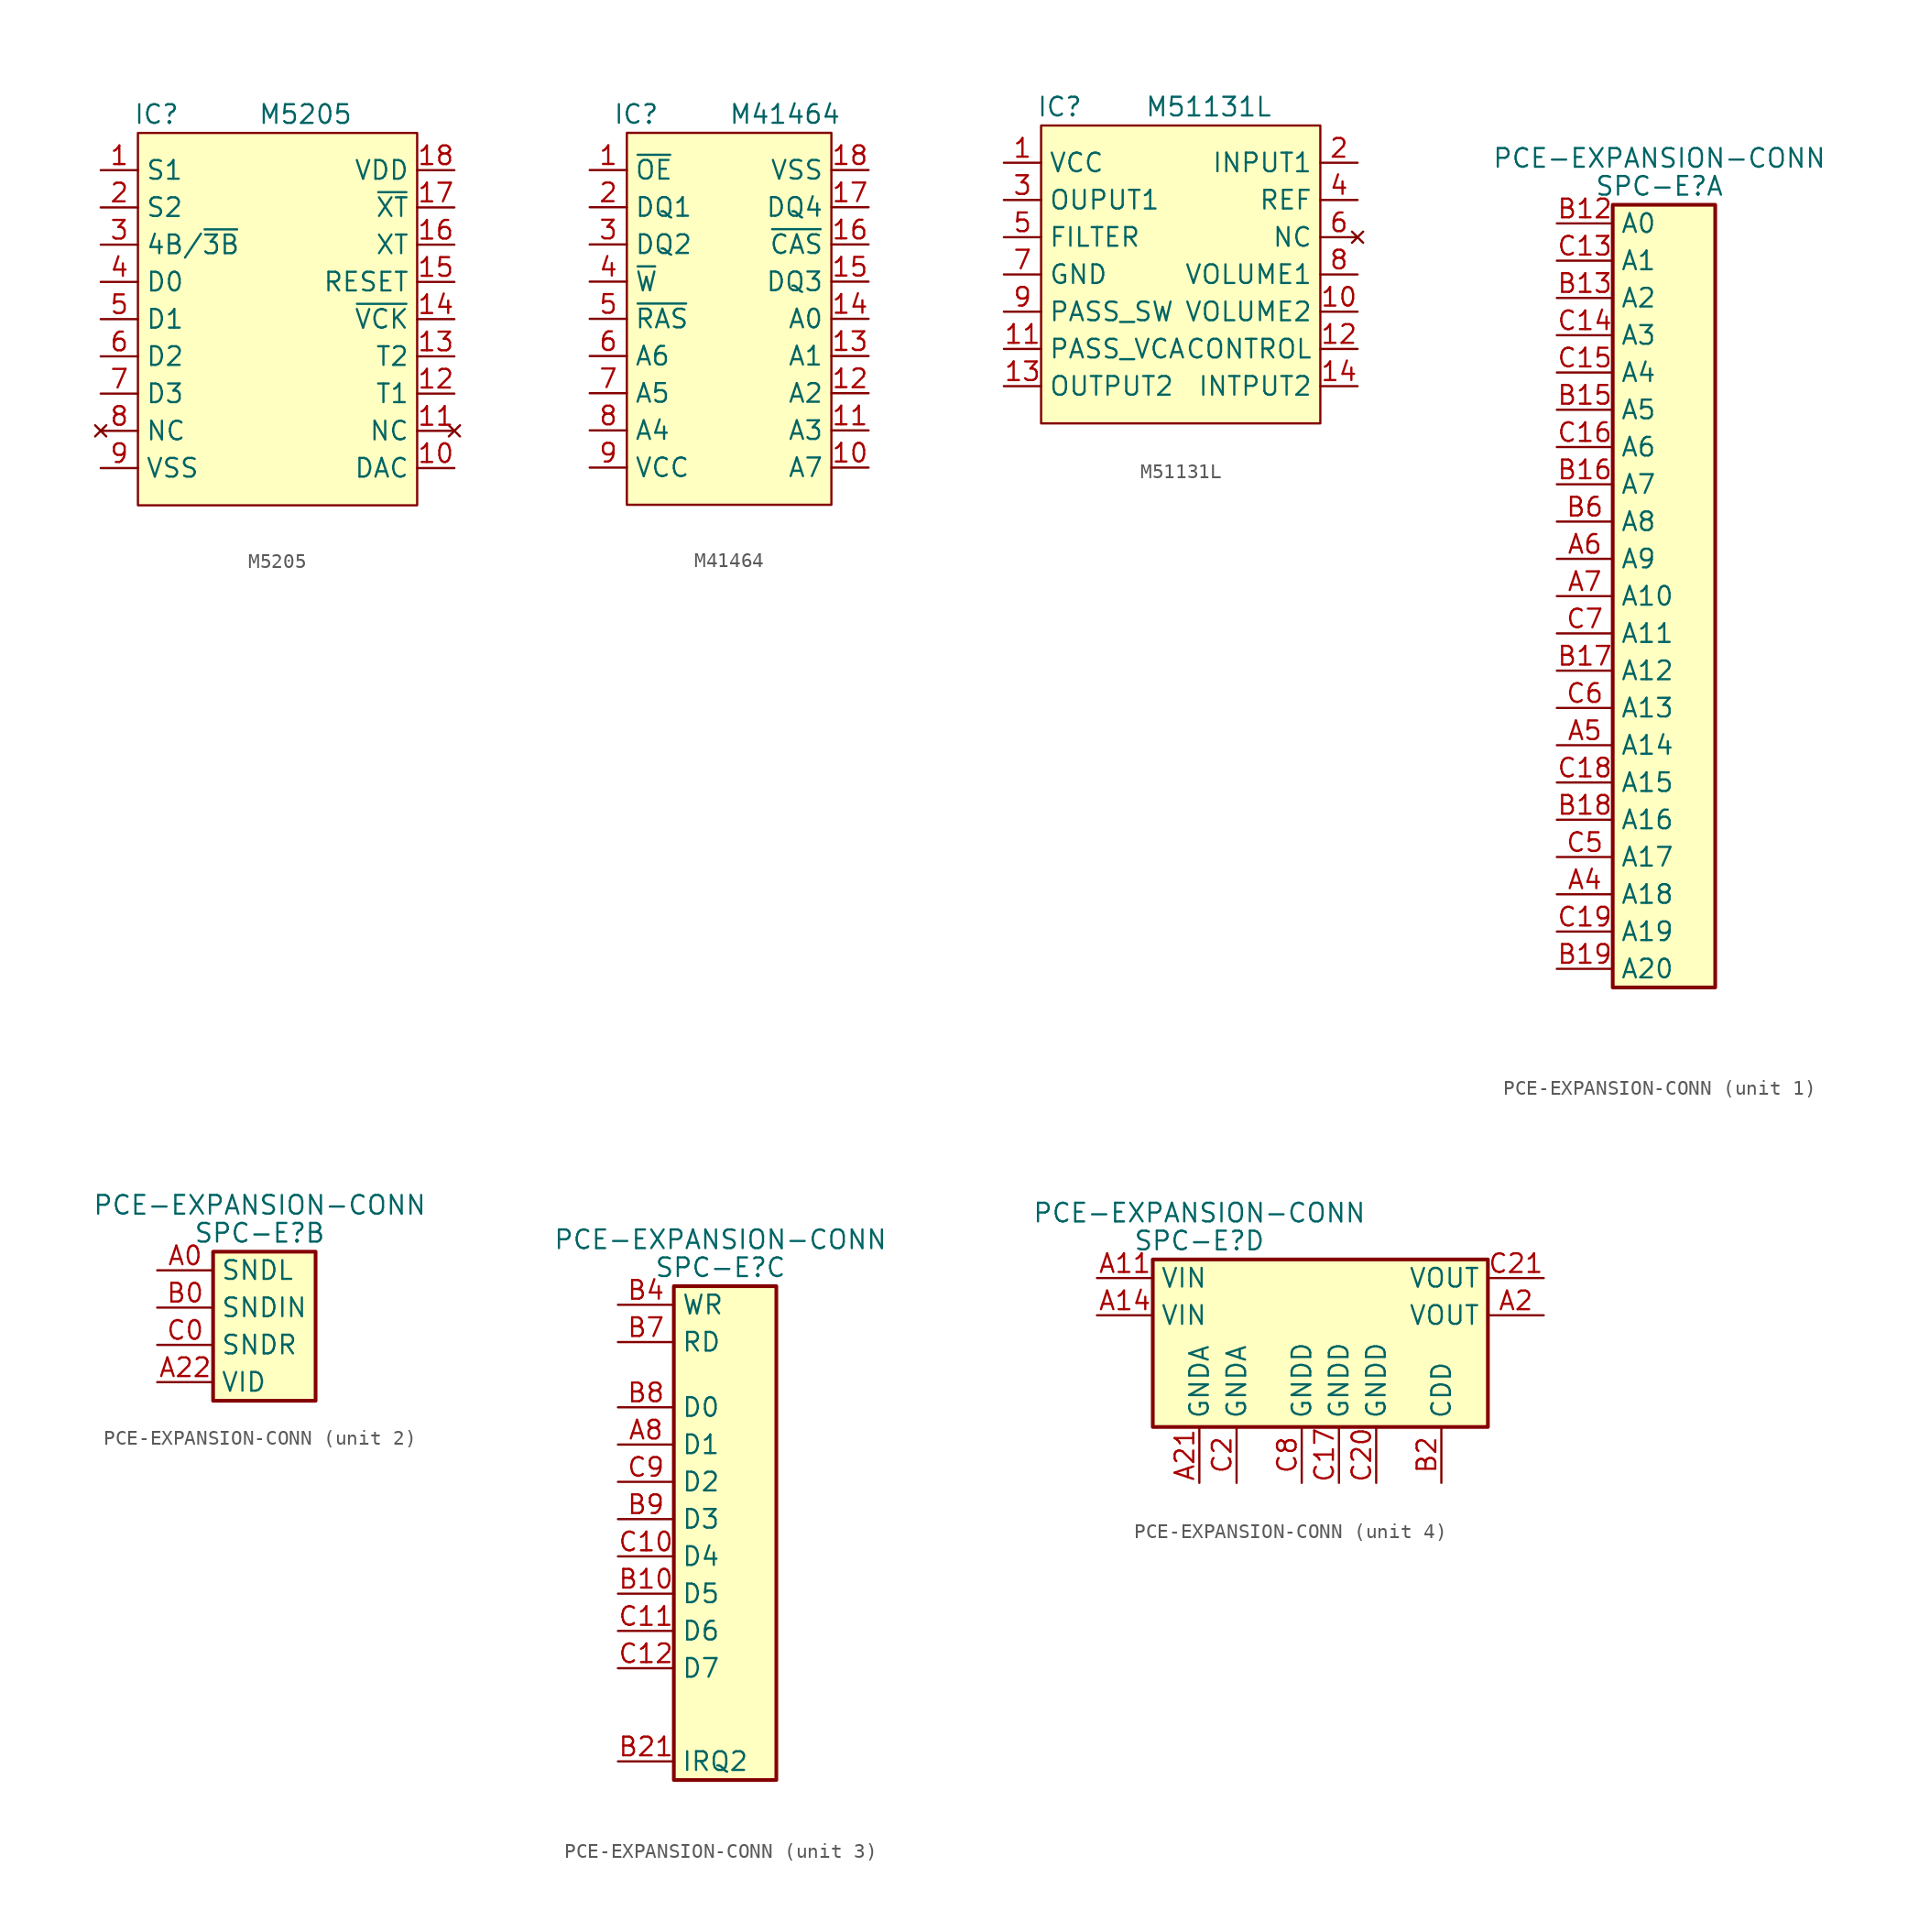
<source format=kicad_sym>
(kicad_symbol_lib
  (version 20211014)
  (generator kicad_symbol_editor)
  (symbol "M5205"
    (property "Reference" "IC"
      (at 1.27 3.81 0)
      (effects (font (size 1.27 1.27))))
    (property "Value" "M5205"
      (at 11.43 3.81 0)
      (effects (font (size 1.27 1.27))))
    (symbol "M5205_0_1"
      (rectangle (start 19.05 2.54) (end 0 -22.86) (stroke (width 0.152) (type default) (color 0 0 0 0)) (fill (type background))))
    (symbol "M5205_1_1"
      (pin passive line (at -2.54 0 0) (length 2.54) (name "S1" (effects (font (size 1.27 1.27)))) (number "1" (effects (font (size 1.27 1.27)))))
      (pin passive line (at 21.59 -20.32 180) (length 2.54) (name "DAC" (effects (font (size 1.27 1.27)))) (number "10" (effects (font (size 1.27 1.27)))))
      (pin no_connect line (at 21.59 -17.78 180) (length 2.54) (name "NC" (effects (font (size 1.27 1.27)))) (number "11" (effects (font (size 1.27 1.27)))))
      (pin passive line (at 21.59 -15.24 180) (length 2.54) (name "T1" (effects (font (size 1.27 1.27)))) (number "12" (effects (font (size 1.27 1.27)))))
      (pin passive line (at 21.59 -12.7 180) (length 2.54) (name "T2" (effects (font (size 1.27 1.27)))) (number "13" (effects (font (size 1.27 1.27)))))
      (pin passive line (at 21.59 -10.16 180) (length 2.54) (name "~{VCK}" (effects (font (size 1.27 1.27)))) (number "14" (effects (font (size 1.27 1.27)))))
      (pin passive line (at 21.59 -7.62 180) (length 2.54) (name "RESET" (effects (font (size 1.27 1.27)))) (number "15" (effects (font (size 1.27 1.27)))))
      (pin passive line (at 21.59 -5.08 180) (length 2.54) (name "XT" (effects (font (size 1.27 1.27)))) (number "16" (effects (font (size 1.27 1.27)))))
      (pin passive line (at 21.59 -2.54 180) (length 2.54) (name "~{XT}" (effects (font (size 1.27 1.27)))) (number "17" (effects (font (size 1.27 1.27)))))
      (pin passive line (at 21.59 0 180) (length 2.54) (name "VDD" (effects (font (size 1.27 1.27)))) (number "18" (effects (font (size 1.27 1.27)))))
      (pin passive line (at -2.54 -2.54 0) (length 2.54) (name "S2" (effects (font (size 1.27 1.27)))) (number "2" (effects (font (size 1.27 1.27)))))
      (pin passive line (at -2.54 -5.08 0) (length 2.54) (name "4B/~{3B}" (effects (font (size 1.27 1.27)))) (number "3" (effects (font (size 1.27 1.27)))))
      (pin passive line (at -2.54 -7.62 0) (length 2.54) (name "D0" (effects (font (size 1.27 1.27)))) (number "4" (effects (font (size 1.27 1.27)))))
      (pin passive line (at -2.54 -10.16 0) (length 2.54) (name "D1" (effects (font (size 1.27 1.27)))) (number "5" (effects (font (size 1.27 1.27)))))
      (pin passive line (at -2.54 -12.7 0) (length 2.54) (name "D2" (effects (font (size 1.27 1.27)))) (number "6" (effects (font (size 1.27 1.27)))))
      (pin passive line (at -2.54 -15.24 0) (length 2.54) (name "D3" (effects (font (size 1.27 1.27)))) (number "7" (effects (font (size 1.27 1.27)))))
      (pin no_connect line (at -2.54 -17.78 0) (length 2.54) (name "NC" (effects (font (size 1.27 1.27)))) (number "8" (effects (font (size 1.27 1.27)))))
      (pin passive line (at -2.54 -20.32 0) (length 2.54) (name "VSS" (effects (font (size 1.27 1.27)))) (number "9" (effects (font (size 1.27 1.27)))))))
  (symbol "M41464"
    (property "Reference" "IC"
      (at 3.175 3.81 0)
      (effects (font (size 1.27 1.27))))
    (property "Value" "M41464"
      (at 13.335 3.81 0)
      (effects (font (size 1.27 1.27))))
    (symbol "M41464_0_1"
      (rectangle (start 2.54 2.54) (end 16.51 -22.86) (stroke (width 0.152) (type default) (color 0 0 0 0)) (fill (type background))))
    (symbol "M41464_1_1"
      (pin input line (at 0 0 0) (length 2.54) (name "~{OE}" (effects (font (size 1.27 1.27)))) (number "1" (effects (font (size 1.27 1.27)))))
      (pin input line (at 19.05 -20.32 180) (length 2.54) (name "A7" (effects (font (size 1.27 1.27)))) (number "10" (effects (font (size 1.27 1.27)))))
      (pin input line (at 19.05 -17.78 180) (length 2.54) (name "A3" (effects (font (size 1.27 1.27)))) (number "11" (effects (font (size 1.27 1.27)))))
      (pin input line (at 19.05 -15.24 180) (length 2.54) (name "A2" (effects (font (size 1.27 1.27)))) (number "12" (effects (font (size 1.27 1.27)))))
      (pin input line (at 19.05 -12.7 180) (length 2.54) (name "A1" (effects (font (size 1.27 1.27)))) (number "13" (effects (font (size 1.27 1.27)))))
      (pin input line (at 19.05 -10.16 180) (length 2.54) (name "A0" (effects (font (size 1.27 1.27)))) (number "14" (effects (font (size 1.27 1.27)))))
      (pin bidirectional line (at 19.05 -7.62 180) (length 2.54) (name "DQ3" (effects (font (size 1.27 1.27)))) (number "15" (effects (font (size 1.27 1.27)))))
      (pin input line (at 19.05 -5.08 180) (length 2.54) (name "~{CAS}" (effects (font (size 1.27 1.27)))) (number "16" (effects (font (size 1.27 1.27)))))
      (pin bidirectional line (at 19.05 -2.54 180) (length 2.54) (name "DQ4" (effects (font (size 1.27 1.27)))) (number "17" (effects (font (size 1.27 1.27)))))
      (pin power_in line (at 19.05 0 180) (length 2.54) (name "VSS" (effects (font (size 1.27 1.27)))) (number "18" (effects (font (size 1.27 1.27)))))
      (pin bidirectional line (at 0 -2.54 0) (length 2.54) (name "DQ1" (effects (font (size 1.27 1.27)))) (number "2" (effects (font (size 1.27 1.27)))))
      (pin bidirectional line (at 0 -5.08 0) (length 2.54) (name "DQ2" (effects (font (size 1.27 1.27)))) (number "3" (effects (font (size 1.27 1.27)))))
      (pin input line (at 0 -7.62 0) (length 2.54) (name "~{W}" (effects (font (size 1.27 1.27)))) (number "4" (effects (font (size 1.27 1.27)))))
      (pin input line (at 0 -10.16 0) (length 2.54) (name "~{RAS}" (effects (font (size 1.27 1.27)))) (number "5" (effects (font (size 1.27 1.27)))))
      (pin input line (at 0 -12.7 0) (length 2.54) (name "A6" (effects (font (size 1.27 1.27)))) (number "6" (effects (font (size 1.27 1.27)))))
      (pin input line (at 0 -15.24 0) (length 2.54) (name "A5" (effects (font (size 1.27 1.27)))) (number "7" (effects (font (size 1.27 1.27)))))
      (pin input line (at 0 -17.78 0) (length 2.54) (name "A4" (effects (font (size 1.27 1.27)))) (number "8" (effects (font (size 1.27 1.27)))))
      (pin power_in line (at 0 -20.32 0) (length 2.54) (name "VCC" (effects (font (size 1.27 1.27)))) (number "9" (effects (font (size 1.27 1.27)))))))
  (symbol "M51131L"
    (property "Reference" "IC"
      (at 1.27 3.81 0)
      (effects (font (size 1.27 1.27))))
    (property "Value" "M51131L"
      (at 11.43 3.81 0)
      (effects (font (size 1.27 1.27))))
    (symbol "M51131L_0_1"
      (rectangle (start 0 2.54) (end 19.05 -17.78) (stroke (width 0.152) (type default) (color 0 0 0 0)) (fill (type background))))
    (symbol "M51131L_1_1"
      (pin passive line (at -2.54 0 0) (length 2.54) (name "VCC" (effects (font (size 1.27 1.27)))) (number "1" (effects (font (size 1.27 1.27)))))
      (pin passive line (at 21.59 -10.16 180) (length 2.54) (name "VOLUME2" (effects (font (size 1.27 1.27)))) (number "10" (effects (font (size 1.27 1.27)))))
      (pin passive line (at -2.54 -12.7 0) (length 2.54) (name "PASS_VCA" (effects (font (size 1.27 1.27)))) (number "11" (effects (font (size 1.27 1.27)))))
      (pin passive line (at 21.59 -12.7 180) (length 2.54) (name "CONTROL" (effects (font (size 1.27 1.27)))) (number "12" (effects (font (size 1.27 1.27)))))
      (pin passive line (at -2.54 -15.24 0) (length 2.54) (name "OUTPUT2" (effects (font (size 1.27 1.27)))) (number "13" (effects (font (size 1.27 1.27)))))
      (pin passive line (at 21.59 -15.24 180) (length 2.54) (name "INTPUT2" (effects (font (size 1.27 1.27)))) (number "14" (effects (font (size 1.27 1.27)))))
      (pin passive line (at 21.59 0 180) (length 2.54) (name "INPUT1" (effects (font (size 1.27 1.27)))) (number "2" (effects (font (size 1.27 1.27)))))
      (pin passive line (at -2.54 -2.54 0) (length 2.54) (name "OUPUT1" (effects (font (size 1.27 1.27)))) (number "3" (effects (font (size 1.27 1.27)))))
      (pin passive line (at 21.59 -2.54 180) (length 2.54) (name "REF" (effects (font (size 1.27 1.27)))) (number "4" (effects (font (size 1.27 1.27)))))
      (pin passive line (at -2.54 -5.08 0) (length 2.54) (name "FILTER" (effects (font (size 1.27 1.27)))) (number "5" (effects (font (size 1.27 1.27)))))
      (pin no_connect line (at 21.59 -5.08 180) (length 2.54) (name "NC" (effects (font (size 1.27 1.27)))) (number "6" (effects (font (size 1.27 1.27)))))
      (pin passive line (at -2.54 -7.62 0) (length 2.54) (name "GND" (effects (font (size 1.27 1.27)))) (number "7" (effects (font (size 1.27 1.27)))))
      (pin passive line (at 21.59 -7.62 180) (length 2.54) (name "VOLUME1" (effects (font (size 1.27 1.27)))) (number "8" (effects (font (size 1.27 1.27)))))
      (pin passive line (at -2.54 -10.16 0) (length 2.54) (name "PASS_SW" (effects (font (size 1.27 1.27)))) (number "9" (effects (font (size 1.27 1.27)))))))
  (symbol "PCE-EXPANSION-CONN"
    (property "Reference" "SPC-E"
      (at 6.985 1.27 0)
      (effects (font (size 1.27 1.27))))
    (property "Value" "PCE-EXPANSION-CONN"
      (at 6.985 3.175 0)
      (effects (font (size 1.27 1.27))))
    (symbol "PCE-EXPANSION-CONN_1_1"
      (rectangle (start 3.81 0) (end 10.795 -53.34) (stroke (width 0.254) (type default) (color 0 0 0 0)) (fill (type background)))
      (pin passive line (at 0 -46.99 0) (length 3.81) (name "A18" (effects (font (size 1.27 1.27)))) (number "A4" (effects (font (size 1.27 1.27)))))
      (pin passive line (at 0 -36.83 0) (length 3.81) (name "A14" (effects (font (size 1.27 1.27)))) (number "A5" (effects (font (size 1.27 1.27)))))
      (pin passive line (at 0 -24.13 0) (length 3.81) (name "A9" (effects (font (size 1.27 1.27)))) (number "A6" (effects (font (size 1.27 1.27)))))
      (pin passive line (at 0 -26.67 0) (length 3.81) (name "A10" (effects (font (size 1.27 1.27)))) (number "A7" (effects (font (size 1.27 1.27)))))
      (pin passive line (at 0 -1.27 0) (length 3.81) (name "A0" (effects (font (size 1.27 1.27)))) (number "B12" (effects (font (size 1.27 1.27)))))
      (pin passive line (at 0 -6.35 0) (length 3.81) (name "A2" (effects (font (size 1.27 1.27)))) (number "B13" (effects (font (size 1.27 1.27)))))
      (pin passive line (at 0 -13.97 0) (length 3.81) (name "A5" (effects (font (size 1.27 1.27)))) (number "B15" (effects (font (size 1.27 1.27)))))
      (pin passive line (at 0 -19.05 0) (length 3.81) (name "A7" (effects (font (size 1.27 1.27)))) (number "B16" (effects (font (size 1.27 1.27)))))
      (pin passive line (at 0 -31.75 0) (length 3.81) (name "A12" (effects (font (size 1.27 1.27)))) (number "B17" (effects (font (size 1.27 1.27)))))
      (pin passive line (at 0 -41.91 0) (length 3.81) (name "A16" (effects (font (size 1.27 1.27)))) (number "B18" (effects (font (size 1.27 1.27)))))
      (pin passive line (at 0 -52.07 0) (length 3.81) (name "A20" (effects (font (size 1.27 1.27)))) (number "B19" (effects (font (size 1.27 1.27)))))
      (pin passive line (at 0 -21.59 0) (length 3.81) (name "A8" (effects (font (size 1.27 1.27)))) (number "B6" (effects (font (size 1.27 1.27)))))
      (pin passive line (at 0 -3.81 0) (length 3.81) (name "A1" (effects (font (size 1.27 1.27)))) (number "C13" (effects (font (size 1.27 1.27)))))
      (pin passive line (at 0 -8.89 0) (length 3.81) (name "A3" (effects (font (size 1.27 1.27)))) (number "C14" (effects (font (size 1.27 1.27)))))
      (pin passive line (at 0 -11.43 0) (length 3.81) (name "A4" (effects (font (size 1.27 1.27)))) (number "C15" (effects (font (size 1.27 1.27)))))
      (pin passive line (at 0 -16.51 0) (length 3.81) (name "A6" (effects (font (size 1.27 1.27)))) (number "C16" (effects (font (size 1.27 1.27)))))
      (pin passive line (at 0 -39.37 0) (length 3.81) (name "A15" (effects (font (size 1.27 1.27)))) (number "C18" (effects (font (size 1.27 1.27)))))
      (pin passive line (at 0 -49.53 0) (length 3.81) (name "A19" (effects (font (size 1.27 1.27)))) (number "C19" (effects (font (size 1.27 1.27)))))
      (pin passive line (at 0 -44.45 0) (length 3.81) (name "A17" (effects (font (size 1.27 1.27)))) (number "C5" (effects (font (size 1.27 1.27)))))
      (pin passive line (at 0 -34.29 0) (length 3.81) (name "A13" (effects (font (size 1.27 1.27)))) (number "C6" (effects (font (size 1.27 1.27)))))
      (pin passive line (at 0 -29.21 0) (length 3.81) (name "A11" (effects (font (size 1.27 1.27)))) (number "C7" (effects (font (size 1.27 1.27))))))
    (symbol "PCE-EXPANSION-CONN_2_1"
      (rectangle (start 3.81 0) (end 10.795 -10.16) (stroke (width 0.254) (type default) (color 0 0 0 0)) (fill (type background)))
      (pin passive line (at 0 -1.27 0) (length 3.81) (name "SNDL" (effects (font (size 1.27 1.27)))) (number "A0" (effects (font (size 1.27 1.27)))))
      (pin passive line (at 0 -8.89 0) (length 3.81) (name "VID" (effects (font (size 1.27 1.27)))) (number "A22" (effects (font (size 1.27 1.27)))))
      (pin passive line (at 0 -3.81 0) (length 3.81) (name "SNDIN" (effects (font (size 1.27 1.27)))) (number "B0" (effects (font (size 1.27 1.27)))))
      (pin passive line (at 0 -6.35 0) (length 3.81) (name "SNDR" (effects (font (size 1.27 1.27)))) (number "C0" (effects (font (size 1.27 1.27))))))
    (symbol "PCE-EXPANSION-CONN_3_1"
      (rectangle (start 3.81 0) (end 10.795 -33.655) (stroke (width 0.254) (type default) (color 0 0 0 0)) (fill (type background)))
      (pin passive line (at 0 -10.795 0) (length 3.81) (name "D1" (effects (font (size 1.27 1.27)))) (number "A8" (effects (font (size 1.27 1.27)))))
      (pin passive line (at 0 -20.955 0) (length 3.81) (name "D5" (effects (font (size 1.27 1.27)))) (number "B10" (effects (font (size 1.27 1.27)))))
      (pin passive line (at 0 -32.385 0) (length 3.81) (name "IRQ2" (effects (font (size 1.27 1.27)))) (number "B21" (effects (font (size 1.27 1.27)))))
      (pin passive line (at 0 -1.27 0) (length 3.81) (name "WR" (effects (font (size 1.27 1.27)))) (number "B4" (effects (font (size 1.27 1.27)))))
      (pin passive line (at 0 -3.81 0) (length 3.81) (name "RD" (effects (font (size 1.27 1.27)))) (number "B7" (effects (font (size 1.27 1.27)))))
      (pin passive line (at 0 -8.255 0) (length 3.81) (name "D0" (effects (font (size 1.27 1.27)))) (number "B8" (effects (font (size 1.27 1.27)))))
      (pin passive line (at 0 -15.875 0) (length 3.81) (name "D3" (effects (font (size 1.27 1.27)))) (number "B9" (effects (font (size 1.27 1.27)))))
      (pin passive line (at 0 -18.415 0) (length 3.81) (name "D4" (effects (font (size 1.27 1.27)))) (number "C10" (effects (font (size 1.27 1.27)))))
      (pin passive line (at 0 -23.495 0) (length 3.81) (name "D6" (effects (font (size 1.27 1.27)))) (number "C11" (effects (font (size 1.27 1.27)))))
      (pin passive line (at 0 -26.035 0) (length 3.81) (name "D7" (effects (font (size 1.27 1.27)))) (number "C12" (effects (font (size 1.27 1.27)))))
      (pin passive line (at 0 -13.335 0) (length 3.81) (name "D2" (effects (font (size 1.27 1.27)))) (number "C9" (effects (font (size 1.27 1.27))))))
    (symbol "PCE-EXPANSION-CONN_4_1"
      (rectangle (start 3.81 0) (end 26.67 -11.43) (stroke (width 0.254) (type default) (color 0 0 0 0)) (fill (type background)))
      (pin passive line (at 0 -1.27 0) (length 3.81) (name "VIN" (effects (font (size 1.27 1.27)))) (number "A11" (effects (font (size 1.27 1.27)))))
      (pin passive line (at 0 -3.81 0) (length 3.81) (name "VIN" (effects (font (size 1.27 1.27)))) (number "A14" (effects (font (size 1.27 1.27)))))
      (pin passive line (at 30.48 -3.81 180) (length 3.81) (name "VOUT" (effects (font (size 1.27 1.27)))) (number "A2" (effects (font (size 1.27 1.27)))))
      (pin passive line (at 6.985 -15.24 90) (length 3.81) (name "GNDA" (effects (font (size 1.27 1.27)))) (number "A21" (effects (font (size 1.27 1.27)))))
      (pin passive line (at 23.495 -15.24 90) (length 3.81) (name "CDD" (effects (font (size 1.27 1.27)))) (number "B2" (effects (font (size 1.27 1.27)))))
      (pin passive line (at 16.51 -15.24 90) (length 3.81) (name "GNDD" (effects (font (size 1.27 1.27)))) (number "C17" (effects (font (size 1.27 1.27)))))
      (pin passive line (at 9.525 -15.24 90) (length 3.81) (name "GNDA" (effects (font (size 1.27 1.27)))) (number "C2" (effects (font (size 1.27 1.27)))))
      (pin passive line (at 19.05 -15.24 90) (length 3.81) (name "GNDD" (effects (font (size 1.27 1.27)))) (number "C20" (effects (font (size 1.27 1.27)))))
      (pin passive line (at 30.48 -1.27 180) (length 3.81) (name "VOUT" (effects (font (size 1.27 1.27)))) (number "C21" (effects (font (size 1.27 1.27)))))
      (pin passive line (at 13.97 -15.24 90) (length 3.81) (name "GNDD" (effects (font (size 1.27 1.27)))) (number "C8" (effects (font (size 1.27 1.27))))))))
</source>
